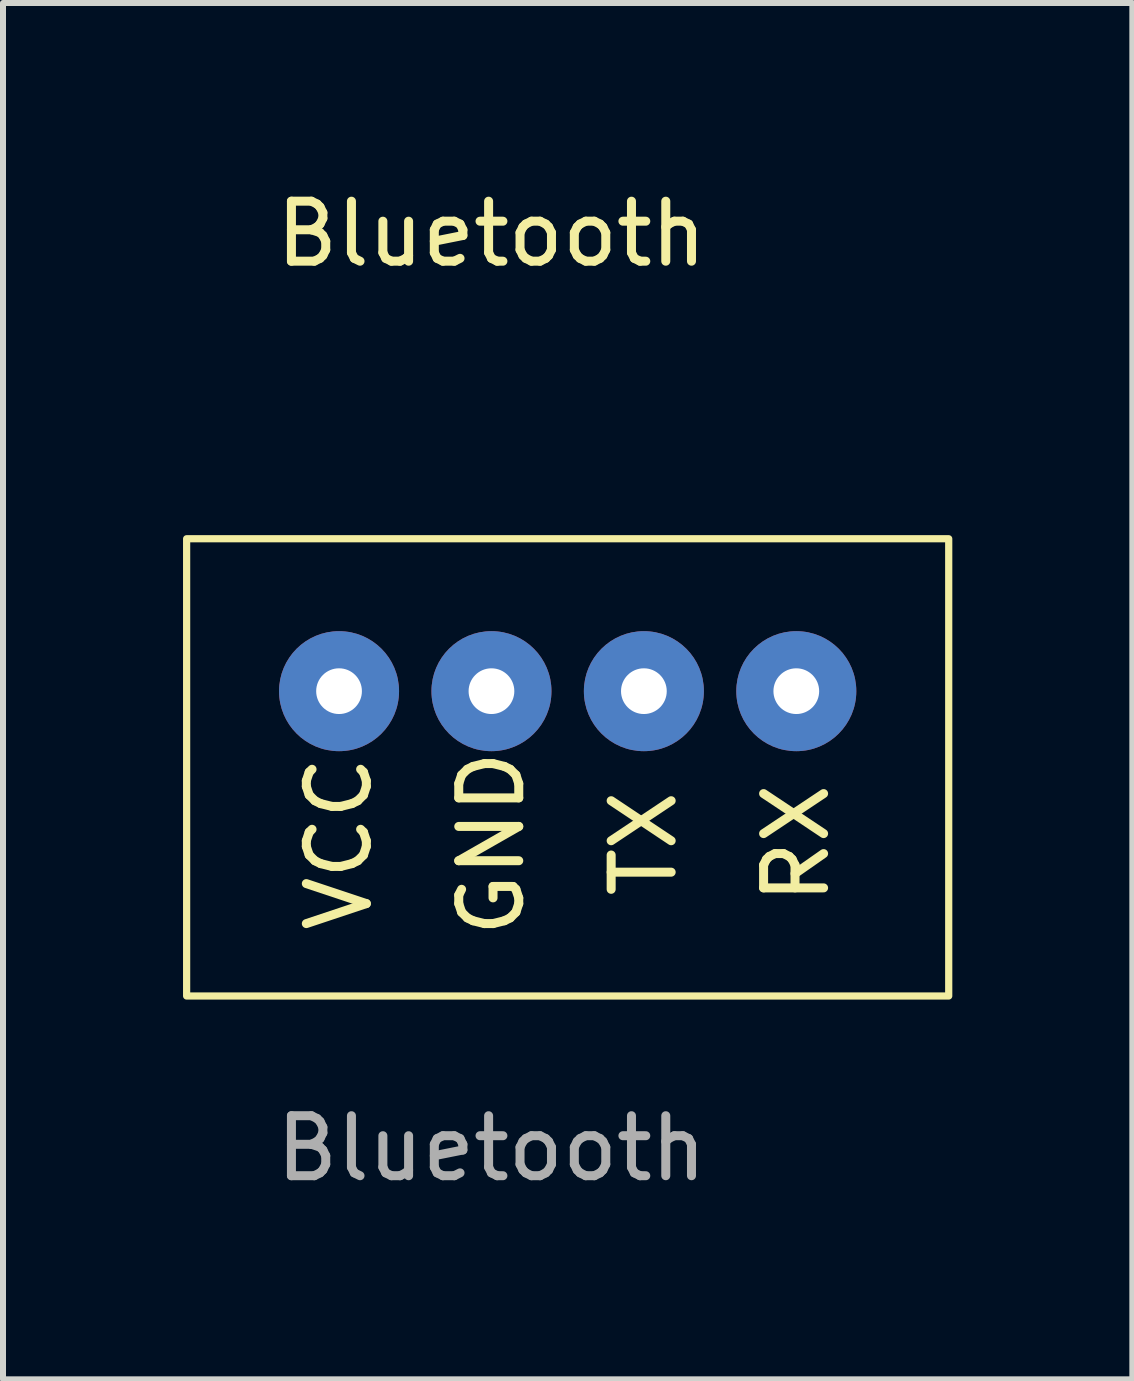
<source format=kicad_pcb>
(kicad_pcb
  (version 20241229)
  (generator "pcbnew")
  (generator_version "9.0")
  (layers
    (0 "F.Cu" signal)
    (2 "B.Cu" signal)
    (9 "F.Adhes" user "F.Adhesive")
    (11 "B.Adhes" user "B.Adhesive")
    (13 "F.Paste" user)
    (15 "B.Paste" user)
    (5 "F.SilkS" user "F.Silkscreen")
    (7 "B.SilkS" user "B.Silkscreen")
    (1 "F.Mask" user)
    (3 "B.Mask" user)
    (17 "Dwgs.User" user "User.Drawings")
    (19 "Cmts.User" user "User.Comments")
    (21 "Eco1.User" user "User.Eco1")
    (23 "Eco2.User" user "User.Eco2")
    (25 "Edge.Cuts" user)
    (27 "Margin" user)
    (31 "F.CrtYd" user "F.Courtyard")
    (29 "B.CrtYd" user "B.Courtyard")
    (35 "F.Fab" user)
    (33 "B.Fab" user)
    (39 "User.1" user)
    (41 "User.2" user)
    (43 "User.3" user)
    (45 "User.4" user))
  (footprint "Bluetooth"
    (layer "F.Cu")
    (at 5.14 5.928)
    (property "Reference" "Bluetooth" (at 0 -5.08 0) (unlocked yes) (layer "F.SilkS") (effects (font (size 1 1) (thickness 0.15))))
    (attr through_hole)
    (fp_rect (start -5.08 0) (end 7.62 7.62) (stroke (width 0.12) (type solid)) (fill no) (layer "F.SilkS"))
    (fp_text user "TX" (at 2.54 5.08 90) (unlocked yes) (layer "F.SilkS") (effects (font (size 1 1) (thickness 0.15))))
    (fp_text user "GND" (at 0 5.08 90) (unlocked yes) (layer "F.SilkS") (effects (font (size 1 1) (thickness 0.15))))
    (fp_text user "RX" (at 5.08 5.08 90) (unlocked yes) (layer "F.SilkS") (effects (font (size 1 1) (thickness 0.15))))
    (fp_text user "VCC" (at -2.54 5.08 90) (unlocked yes) (layer "F.SilkS") (effects (font (size 1 1) (thickness 0.15))))
    (fp_text user "${REFERENCE}" (at 0 10.16 0) (unlocked yes) (layer "F.Fab") (effects (font (size 1 1) (thickness 0.15))))
    (pad "1" thru_hole circle (at -2.54 2.54) (size 2 2) (drill 0.762) (layers "*.Cu" "*.Mask"))
    (pad "2" thru_hole circle (at 0 2.54) (size 2 2) (drill 0.762) (layers "*.Cu" "*.Mask"))
    (pad "3" thru_hole circle (at 2.54 2.54) (size 2 2) (drill 0.762) (layers "*.Cu" "*.Mask"))
    (pad "4" thru_hole circle (at 5.08 2.54) (size 2 2) (drill 0.762) (layers "*.Cu" "*.Mask")))
  (gr_rect
    (start -3 -3)
    (end 15.82 19.936)
    (stroke (width 0.1) (type default))
    (fill no)
    (layer "Edge.Cuts")))
</source>
